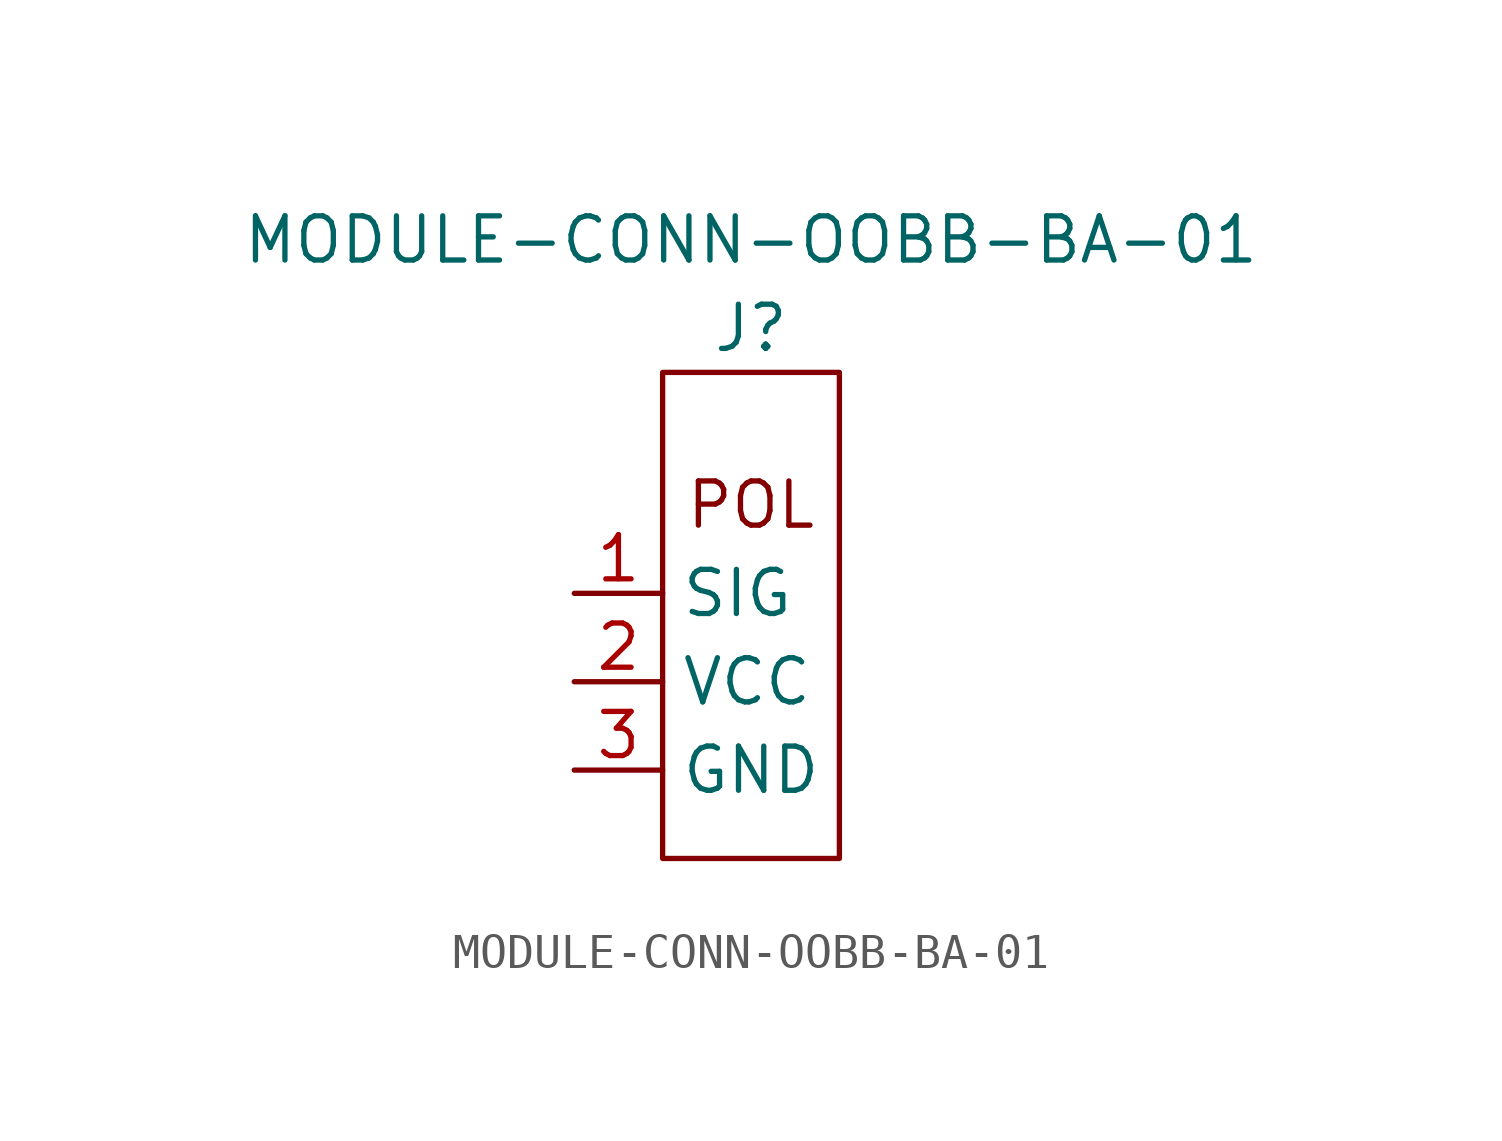
<source format=kicad_sym>
(kicad_symbol_lib
  (version 20211014)
  (generator kicad_symbol_editor)
  (symbol "MODULE-CONN-OOBB-BA-01"
    (property "Reference" "J"
      (at 5.08 7.62 0)
      (effects (font (size 1.27 1.27))))
    (property "Value" "MODULE-CONN-OOBB-BA-01"
      (at 5.08 10.16 0)
      (effects (font (size 1.27 1.27))))
    (symbol "MODULE-CONN-OOBB-BA-01_0_0"
      (text "POL" (at 5.08 2.54 0) (effects (font (size 1.27 1.27)))))
    (symbol "MODULE-CONN-OOBB-BA-01_0_1"
      (rectangle (start 2.54 -7.62) (end 7.62 6.35) (stroke (width 0) (type default) (color 0 0 0 0)) (fill (type none))))
    (symbol "MODULE-CONN-OOBB-BA-01_1_1"
      (pin input line (at 0 0 0) (length 2.54) (name "SIG" (effects (font (size 1.27 1.27)))) (number "1" (effects (font (size 1.27 1.27)))))
      (pin input line (at 0 -2.54 0) (length 2.54) (name "VCC" (effects (font (size 1.27 1.27)))) (number "2" (effects (font (size 1.27 1.27)))))
      (pin input line (at 0 -5.08 0) (length 2.54) (name "GND" (effects (font (size 1.27 1.27)))) (number "3" (effects (font (size 1.27 1.27))))))))
</source>
